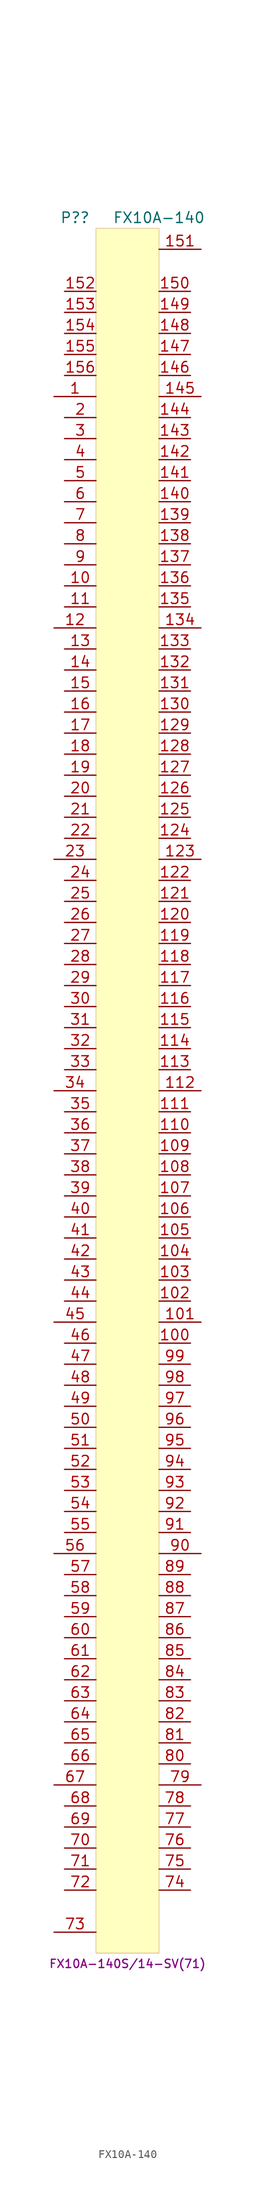
<source format=kicad_sym>
(kicad_symbol_lib
  (version 20231120)
  (generator "kicad_symbol_editor")
  (generator_version "8.0")
  (symbol "FX10A-140"
    (property "Reference" "P?"
      (at -6.35 105.41 0)
      (effects (font (size 1.27 1.27))))
    (property "Value" "FX10A-140"
      (at 3.81 105.41 0)
      (effects (font (size 1.27 1.27))))
    (property "MPN" "FX10A-140S/14-SV(71)"
      (at 0 -105.41 0)
      (effects (font (size 1 1))))
    (symbol "FX10A-140_0_1"
      (rectangle (start -3.81 104.14) (end 3.81 -104.14) (stroke (width 0.001) (type default)) (fill (type background))))
    (symbol "FX10A-140_1_1"
      (pin passive line (at -8.89 83.82 0) (length 5.08) (name "" (effects (font (size 1.27 1.27)))) (number "1" (effects (font (size 1.27 1.27)))))
      (pin passive line (at -7.62 60.96 0) (length 3.81) (name "" (effects (font (size 1.27 1.27)))) (number "10" (effects (font (size 1.27 1.27)))))
      (pin passive line (at 7.62 -30.48 180) (length 3.81) (name "" (effects (font (size 1.27 1.27)))) (number "100" (effects (font (size 1.27 1.27)))))
      (pin passive line (at 8.89 -27.94 180) (length 5.08) (name "" (effects (font (size 1.27 1.27)))) (number "101" (effects (font (size 1.27 1.27)))))
      (pin passive line (at 7.62 -25.4 180) (length 3.81) (name "" (effects (font (size 1.27 1.27)))) (number "102" (effects (font (size 1.27 1.27)))))
      (pin passive line (at 7.62 -22.86 180) (length 3.81) (name "" (effects (font (size 1.27 1.27)))) (number "103" (effects (font (size 1.27 1.27)))))
      (pin passive line (at 7.62 -20.32 180) (length 3.81) (name "" (effects (font (size 1.27 1.27)))) (number "104" (effects (font (size 1.27 1.27)))))
      (pin passive line (at 7.62 -17.78 180) (length 3.81) (name "" (effects (font (size 1.27 1.27)))) (number "105" (effects (font (size 1.27 1.27)))))
      (pin passive line (at 7.62 -15.24 180) (length 3.81) (name "" (effects (font (size 1.27 1.27)))) (number "106" (effects (font (size 1.27 1.27)))))
      (pin passive line (at 7.62 -12.7 180) (length 3.81) (name "" (effects (font (size 1.27 1.27)))) (number "107" (effects (font (size 1.27 1.27)))))
      (pin passive line (at 7.62 -10.16 180) (length 3.81) (name "" (effects (font (size 1.27 1.27)))) (number "108" (effects (font (size 1.27 1.27)))))
      (pin passive line (at 7.62 -7.62 180) (length 3.81) (name "" (effects (font (size 1.27 1.27)))) (number "109" (effects (font (size 1.27 1.27)))))
      (pin passive line (at -7.62 58.42 0) (length 3.81) (name "" (effects (font (size 1.27 1.27)))) (number "11" (effects (font (size 1.27 1.27)))))
      (pin passive line (at 7.62 -5.08 180) (length 3.81) (name "" (effects (font (size 1.27 1.27)))) (number "110" (effects (font (size 1.27 1.27)))))
      (pin passive line (at 7.62 -2.54 180) (length 3.81) (name "" (effects (font (size 1.27 1.27)))) (number "111" (effects (font (size 1.27 1.27)))))
      (pin passive line (at 8.89 0 180) (length 5.08) (name "" (effects (font (size 1.27 1.27)))) (number "112" (effects (font (size 1.27 1.27)))))
      (pin passive line (at 7.62 2.54 180) (length 3.81) (name "" (effects (font (size 1.27 1.27)))) (number "113" (effects (font (size 1.27 1.27)))))
      (pin passive line (at 7.62 5.08 180) (length 3.81) (name "" (effects (font (size 1.27 1.27)))) (number "114" (effects (font (size 1.27 1.27)))))
      (pin passive line (at 7.62 7.62 180) (length 3.81) (name "" (effects (font (size 1.27 1.27)))) (number "115" (effects (font (size 1.27 1.27)))))
      (pin passive line (at 7.62 10.16 180) (length 3.81) (name "" (effects (font (size 1.27 1.27)))) (number "116" (effects (font (size 1.27 1.27)))))
      (pin passive line (at 7.62 12.7 180) (length 3.81) (name "" (effects (font (size 1.27 1.27)))) (number "117" (effects (font (size 1.27 1.27)))))
      (pin passive line (at 7.62 15.24 180) (length 3.81) (name "" (effects (font (size 1.27 1.27)))) (number "118" (effects (font (size 1.27 1.27)))))
      (pin passive line (at 7.62 17.78 180) (length 3.81) (name "" (effects (font (size 1.27 1.27)))) (number "119" (effects (font (size 1.27 1.27)))))
      (pin passive line (at -8.89 55.88 0) (length 5.08) (name "" (effects (font (size 1.27 1.27)))) (number "12" (effects (font (size 1.27 1.27)))))
      (pin passive line (at 7.62 20.32 180) (length 3.81) (name "" (effects (font (size 1.27 1.27)))) (number "120" (effects (font (size 1.27 1.27)))))
      (pin passive line (at 7.62 22.86 180) (length 3.81) (name "" (effects (font (size 1.27 1.27)))) (number "121" (effects (font (size 1.27 1.27)))))
      (pin passive line (at 7.62 25.4 180) (length 3.81) (name "" (effects (font (size 1.27 1.27)))) (number "122" (effects (font (size 1.27 1.27)))))
      (pin passive line (at 8.89 27.94 180) (length 5.08) (name "" (effects (font (size 1.27 1.27)))) (number "123" (effects (font (size 1.27 1.27)))))
      (pin passive line (at 7.62 30.48 180) (length 3.81) (name "" (effects (font (size 1.27 1.27)))) (number "124" (effects (font (size 1.27 1.27)))))
      (pin passive line (at 7.62 33.02 180) (length 3.81) (name "" (effects (font (size 1.27 1.27)))) (number "125" (effects (font (size 1.27 1.27)))))
      (pin passive line (at 7.62 35.56 180) (length 3.81) (name "" (effects (font (size 1.27 1.27)))) (number "126" (effects (font (size 1.27 1.27)))))
      (pin passive line (at 7.62 38.1 180) (length 3.81) (name "" (effects (font (size 1.27 1.27)))) (number "127" (effects (font (size 1.27 1.27)))))
      (pin passive line (at 7.62 40.64 180) (length 3.81) (name "" (effects (font (size 1.27 1.27)))) (number "128" (effects (font (size 1.27 1.27)))))
      (pin passive line (at 7.62 43.18 180) (length 3.81) (name "" (effects (font (size 1.27 1.27)))) (number "129" (effects (font (size 1.27 1.27)))))
      (pin passive line (at -7.62 53.34 0) (length 3.81) (name "" (effects (font (size 1.27 1.27)))) (number "13" (effects (font (size 1.27 1.27)))))
      (pin passive line (at 7.62 45.72 180) (length 3.81) (name "" (effects (font (size 1.27 1.27)))) (number "130" (effects (font (size 1.27 1.27)))))
      (pin passive line (at 7.62 48.26 180) (length 3.81) (name "" (effects (font (size 1.27 1.27)))) (number "131" (effects (font (size 1.27 1.27)))))
      (pin passive line (at 7.62 50.8 180) (length 3.81) (name "" (effects (font (size 1.27 1.27)))) (number "132" (effects (font (size 1.27 1.27)))))
      (pin passive line (at 7.62 53.34 180) (length 3.81) (name "" (effects (font (size 1.27 1.27)))) (number "133" (effects (font (size 1.27 1.27)))))
      (pin passive line (at 8.89 55.88 180) (length 5.08) (name "" (effects (font (size 1.27 1.27)))) (number "134" (effects (font (size 1.27 1.27)))))
      (pin passive line (at 7.62 58.42 180) (length 3.81) (name "" (effects (font (size 1.27 1.27)))) (number "135" (effects (font (size 1.27 1.27)))))
      (pin passive line (at 7.62 60.96 180) (length 3.81) (name "" (effects (font (size 1.27 1.27)))) (number "136" (effects (font (size 1.27 1.27)))))
      (pin passive line (at 7.62 63.5 180) (length 3.81) (name "" (effects (font (size 1.27 1.27)))) (number "137" (effects (font (size 1.27 1.27)))))
      (pin passive line (at 7.62 66.04 180) (length 3.81) (name "" (effects (font (size 1.27 1.27)))) (number "138" (effects (font (size 1.27 1.27)))))
      (pin passive line (at 7.62 68.58 180) (length 3.81) (name "" (effects (font (size 1.27 1.27)))) (number "139" (effects (font (size 1.27 1.27)))))
      (pin passive line (at -7.62 50.8 0) (length 3.81) (name "" (effects (font (size 1.27 1.27)))) (number "14" (effects (font (size 1.27 1.27)))))
      (pin passive line (at 7.62 71.12 180) (length 3.81) (name "" (effects (font (size 1.27 1.27)))) (number "140" (effects (font (size 1.27 1.27)))))
      (pin passive line (at 7.62 73.66 180) (length 3.81) (name "" (effects (font (size 1.27 1.27)))) (number "141" (effects (font (size 1.27 1.27)))))
      (pin passive line (at 7.62 76.2 180) (length 3.81) (name "" (effects (font (size 1.27 1.27)))) (number "142" (effects (font (size 1.27 1.27)))))
      (pin passive line (at 7.62 78.74 180) (length 3.81) (name "" (effects (font (size 1.27 1.27)))) (number "143" (effects (font (size 1.27 1.27)))))
      (pin passive line (at 7.62 81.28 180) (length 3.81) (name "" (effects (font (size 1.27 1.27)))) (number "144" (effects (font (size 1.27 1.27)))))
      (pin passive line (at 8.89 83.82 180) (length 5.08) (name "" (effects (font (size 1.27 1.27)))) (number "145" (effects (font (size 1.27 1.27)))))
      (pin passive line (at 7.62 86.36 180) (length 3.81) (name "" (effects (font (size 1.27 1.27)))) (number "146" (effects (font (size 1.27 1.27)))))
      (pin passive line (at 7.62 88.9 180) (length 3.81) (name "" (effects (font (size 1.27 1.27)))) (number "147" (effects (font (size 1.27 1.27)))))
      (pin passive line (at 7.62 91.44 180) (length 3.81) (name "" (effects (font (size 1.27 1.27)))) (number "148" (effects (font (size 1.27 1.27)))))
      (pin passive line (at 7.62 93.98 180) (length 3.81) (name "" (effects (font (size 1.27 1.27)))) (number "149" (effects (font (size 1.27 1.27)))))
      (pin passive line (at -7.62 48.26 0) (length 3.81) (name "" (effects (font (size 1.27 1.27)))) (number "15" (effects (font (size 1.27 1.27)))))
      (pin passive line (at 7.62 96.52 180) (length 3.81) (name "" (effects (font (size 1.27 1.27)))) (number "150" (effects (font (size 1.27 1.27)))))
      (pin passive line (at 8.89 101.6 180) (length 5.08) (name "" (effects (font (size 1.27 1.27)))) (number "151" (effects (font (size 1.27 1.27)))))
      (pin passive line (at -7.62 96.52 0) (length 3.81) (name "" (effects (font (size 1.27 1.27)))) (number "152" (effects (font (size 1.27 1.27)))))
      (pin passive line (at -7.62 93.98 0) (length 3.81) (name "" (effects (font (size 1.27 1.27)))) (number "153" (effects (font (size 1.27 1.27)))))
      (pin passive line (at -7.62 91.44 0) (length 3.81) (name "" (effects (font (size 1.27 1.27)))) (number "154" (effects (font (size 1.27 1.27)))))
      (pin passive line (at -7.62 88.9 0) (length 3.81) (name "" (effects (font (size 1.27 1.27)))) (number "155" (effects (font (size 1.27 1.27)))))
      (pin passive line (at -7.62 86.36 0) (length 3.81) (name "" (effects (font (size 1.27 1.27)))) (number "156" (effects (font (size 1.27 1.27)))))
      (pin passive line (at -7.62 45.72 0) (length 3.81) (name "" (effects (font (size 1.27 1.27)))) (number "16" (effects (font (size 1.27 1.27)))))
      (pin passive line (at -7.62 43.18 0) (length 3.81) (name "" (effects (font (size 1.27 1.27)))) (number "17" (effects (font (size 1.27 1.27)))))
      (pin passive line (at -7.62 40.64 0) (length 3.81) (name "" (effects (font (size 1.27 1.27)))) (number "18" (effects (font (size 1.27 1.27)))))
      (pin passive line (at -7.62 38.1 0) (length 3.81) (name "" (effects (font (size 1.27 1.27)))) (number "19" (effects (font (size 1.27 1.27)))))
      (pin passive line (at -7.62 81.28 0) (length 3.81) (name "" (effects (font (size 1.27 1.27)))) (number "2" (effects (font (size 1.27 1.27)))))
      (pin passive line (at -7.62 35.56 0) (length 3.81) (name "" (effects (font (size 1.27 1.27)))) (number "20" (effects (font (size 1.27 1.27)))))
      (pin passive line (at -7.62 33.02 0) (length 3.81) (name "" (effects (font (size 1.27 1.27)))) (number "21" (effects (font (size 1.27 1.27)))))
      (pin passive line (at -7.62 30.48 0) (length 3.81) (name "" (effects (font (size 1.27 1.27)))) (number "22" (effects (font (size 1.27 1.27)))))
      (pin passive line (at -8.89 27.94 0) (length 5.08) (name "" (effects (font (size 1.27 1.27)))) (number "23" (effects (font (size 1.27 1.27)))))
      (pin passive line (at -7.62 25.4 0) (length 3.81) (name "" (effects (font (size 1.27 1.27)))) (number "24" (effects (font (size 1.27 1.27)))))
      (pin passive line (at -7.62 22.86 0) (length 3.81) (name "" (effects (font (size 1.27 1.27)))) (number "25" (effects (font (size 1.27 1.27)))))
      (pin passive line (at -7.62 20.32 0) (length 3.81) (name "" (effects (font (size 1.27 1.27)))) (number "26" (effects (font (size 1.27 1.27)))))
      (pin passive line (at -7.62 17.78 0) (length 3.81) (name "" (effects (font (size 1.27 1.27)))) (number "27" (effects (font (size 1.27 1.27)))))
      (pin passive line (at -7.62 15.24 0) (length 3.81) (name "" (effects (font (size 1.27 1.27)))) (number "28" (effects (font (size 1.27 1.27)))))
      (pin passive line (at -7.62 12.7 0) (length 3.81) (name "" (effects (font (size 1.27 1.27)))) (number "29" (effects (font (size 1.27 1.27)))))
      (pin passive line (at -7.62 78.74 0) (length 3.81) (name "" (effects (font (size 1.27 1.27)))) (number "3" (effects (font (size 1.27 1.27)))))
      (pin passive line (at -7.62 10.16 0) (length 3.81) (name "" (effects (font (size 1.27 1.27)))) (number "30" (effects (font (size 1.27 1.27)))))
      (pin passive line (at -7.62 7.62 0) (length 3.81) (name "" (effects (font (size 1.27 1.27)))) (number "31" (effects (font (size 1.27 1.27)))))
      (pin passive line (at -7.62 5.08 0) (length 3.81) (name "" (effects (font (size 1.27 1.27)))) (number "32" (effects (font (size 1.27 1.27)))))
      (pin passive line (at -7.62 2.54 0) (length 3.81) (name "" (effects (font (size 1.27 1.27)))) (number "33" (effects (font (size 1.27 1.27)))))
      (pin passive line (at -8.89 0 0) (length 5.08) (name "" (effects (font (size 1.27 1.27)))) (number "34" (effects (font (size 1.27 1.27)))))
      (pin passive line (at -7.62 -2.54 0) (length 3.81) (name "" (effects (font (size 1.27 1.27)))) (number "35" (effects (font (size 1.27 1.27)))))
      (pin passive line (at -7.62 -5.08 0) (length 3.81) (name "" (effects (font (size 1.27 1.27)))) (number "36" (effects (font (size 1.27 1.27)))))
      (pin passive line (at -7.62 -7.62 0) (length 3.81) (name "" (effects (font (size 1.27 1.27)))) (number "37" (effects (font (size 1.27 1.27)))))
      (pin passive line (at -7.62 -10.16 0) (length 3.81) (name "" (effects (font (size 1.27 1.27)))) (number "38" (effects (font (size 1.27 1.27)))))
      (pin passive line (at -7.62 -12.7 0) (length 3.81) (name "" (effects (font (size 1.27 1.27)))) (number "39" (effects (font (size 1.27 1.27)))))
      (pin passive line (at -7.62 76.2 0) (length 3.81) (name "" (effects (font (size 1.27 1.27)))) (number "4" (effects (font (size 1.27 1.27)))))
      (pin passive line (at -7.62 -15.24 0) (length 3.81) (name "" (effects (font (size 1.27 1.27)))) (number "40" (effects (font (size 1.27 1.27)))))
      (pin passive line (at -7.62 -17.78 0) (length 3.81) (name "" (effects (font (size 1.27 1.27)))) (number "41" (effects (font (size 1.27 1.27)))))
      (pin passive line (at -7.62 -20.32 0) (length 3.81) (name "" (effects (font (size 1.27 1.27)))) (number "42" (effects (font (size 1.27 1.27)))))
      (pin passive line (at -7.62 -22.86 0) (length 3.81) (name "" (effects (font (size 1.27 1.27)))) (number "43" (effects (font (size 1.27 1.27)))))
      (pin passive line (at -7.62 -25.4 0) (length 3.81) (name "" (effects (font (size 1.27 1.27)))) (number "44" (effects (font (size 1.27 1.27)))))
      (pin passive line (at -8.89 -27.94 0) (length 5.08) (name "" (effects (font (size 1.27 1.27)))) (number "45" (effects (font (size 1.27 1.27)))))
      (pin passive line (at -7.62 -30.48 0) (length 3.81) (name "" (effects (font (size 1.27 1.27)))) (number "46" (effects (font (size 1.27 1.27)))))
      (pin passive line (at -7.62 -33.02 0) (length 3.81) (name "" (effects (font (size 1.27 1.27)))) (number "47" (effects (font (size 1.27 1.27)))))
      (pin passive line (at -7.62 -35.56 0) (length 3.81) (name "" (effects (font (size 1.27 1.27)))) (number "48" (effects (font (size 1.27 1.27)))))
      (pin passive line (at -7.62 -38.1 0) (length 3.81) (name "" (effects (font (size 1.27 1.27)))) (number "49" (effects (font (size 1.27 1.27)))))
      (pin passive line (at -7.62 73.66 0) (length 3.81) (name "" (effects (font (size 1.27 1.27)))) (number "5" (effects (font (size 1.27 1.27)))))
      (pin passive line (at -7.62 -40.64 0) (length 3.81) (name "" (effects (font (size 1.27 1.27)))) (number "50" (effects (font (size 1.27 1.27)))))
      (pin passive line (at -7.62 -43.18 0) (length 3.81) (name "" (effects (font (size 1.27 1.27)))) (number "51" (effects (font (size 1.27 1.27)))))
      (pin passive line (at -7.62 -45.72 0) (length 3.81) (name "" (effects (font (size 1.27 1.27)))) (number "52" (effects (font (size 1.27 1.27)))))
      (pin passive line (at -7.62 -48.26 0) (length 3.81) (name "" (effects (font (size 1.27 1.27)))) (number "53" (effects (font (size 1.27 1.27)))))
      (pin passive line (at -7.62 -50.8 0) (length 3.81) (name "" (effects (font (size 1.27 1.27)))) (number "54" (effects (font (size 1.27 1.27)))))
      (pin passive line (at -7.62 -53.34 0) (length 3.81) (name "" (effects (font (size 1.27 1.27)))) (number "55" (effects (font (size 1.27 1.27)))))
      (pin passive line (at -8.89 -55.88 0) (length 5.08) (name "" (effects (font (size 1.27 1.27)))) (number "56" (effects (font (size 1.27 1.27)))))
      (pin passive line (at -7.62 -58.42 0) (length 3.81) (name "" (effects (font (size 1.27 1.27)))) (number "57" (effects (font (size 1.27 1.27)))))
      (pin passive line (at -7.62 -60.96 0) (length 3.81) (name "" (effects (font (size 1.27 1.27)))) (number "58" (effects (font (size 1.27 1.27)))))
      (pin passive line (at -7.62 -63.5 0) (length 3.81) (name "" (effects (font (size 1.27 1.27)))) (number "59" (effects (font (size 1.27 1.27)))))
      (pin passive line (at -7.62 71.12 0) (length 3.81) (name "" (effects (font (size 1.27 1.27)))) (number "6" (effects (font (size 1.27 1.27)))))
      (pin passive line (at -7.62 -66.04 0) (length 3.81) (name "" (effects (font (size 1.27 1.27)))) (number "60" (effects (font (size 1.27 1.27)))))
      (pin passive line (at -7.62 -68.58 0) (length 3.81) (name "" (effects (font (size 1.27 1.27)))) (number "61" (effects (font (size 1.27 1.27)))))
      (pin passive line (at -7.62 -71.12 0) (length 3.81) (name "" (effects (font (size 1.27 1.27)))) (number "62" (effects (font (size 1.27 1.27)))))
      (pin passive line (at -7.62 -73.66 0) (length 3.81) (name "" (effects (font (size 1.27 1.27)))) (number "63" (effects (font (size 1.27 1.27)))))
      (pin passive line (at -7.62 -76.2 0) (length 3.81) (name "" (effects (font (size 1.27 1.27)))) (number "64" (effects (font (size 1.27 1.27)))))
      (pin passive line (at -7.62 -78.74 0) (length 3.81) (name "" (effects (font (size 1.27 1.27)))) (number "65" (effects (font (size 1.27 1.27)))))
      (pin passive line (at -7.62 -81.28 0) (length 3.81) (name "" (effects (font (size 1.27 1.27)))) (number "66" (effects (font (size 1.27 1.27)))))
      (pin passive line (at -8.89 -83.82 0) (length 5.08) (name "" (effects (font (size 1.27 1.27)))) (number "67" (effects (font (size 1.27 1.27)))))
      (pin passive line (at -7.62 -86.36 0) (length 3.81) (name "" (effects (font (size 1.27 1.27)))) (number "68" (effects (font (size 1.27 1.27)))))
      (pin passive line (at -7.62 -88.9 0) (length 3.81) (name "" (effects (font (size 1.27 1.27)))) (number "69" (effects (font (size 1.27 1.27)))))
      (pin passive line (at -7.62 68.58 0) (length 3.81) (name "" (effects (font (size 1.27 1.27)))) (number "7" (effects (font (size 1.27 1.27)))))
      (pin passive line (at -7.62 -91.44 0) (length 3.81) (name "" (effects (font (size 1.27 1.27)))) (number "70" (effects (font (size 1.27 1.27)))))
      (pin passive line (at -7.62 -93.98 0) (length 3.81) (name "" (effects (font (size 1.27 1.27)))) (number "71" (effects (font (size 1.27 1.27)))))
      (pin passive line (at -7.62 -96.52 0) (length 3.81) (name "" (effects (font (size 1.27 1.27)))) (number "72" (effects (font (size 1.27 1.27)))))
      (pin passive line (at -8.89 -101.6 0) (length 5.08) (name "" (effects (font (size 1.27 1.27)))) (number "73" (effects (font (size 1.27 1.27)))))
      (pin passive line (at 7.62 -96.52 180) (length 3.81) (name "" (effects (font (size 1.27 1.27)))) (number "74" (effects (font (size 1.27 1.27)))))
      (pin passive line (at 7.62 -93.98 180) (length 3.81) (name "" (effects (font (size 1.27 1.27)))) (number "75" (effects (font (size 1.27 1.27)))))
      (pin passive line (at 7.62 -91.44 180) (length 3.81) (name "" (effects (font (size 1.27 1.27)))) (number "76" (effects (font (size 1.27 1.27)))))
      (pin passive line (at 7.62 -88.9 180) (length 3.81) (name "" (effects (font (size 1.27 1.27)))) (number "77" (effects (font (size 1.27 1.27)))))
      (pin passive line (at 7.62 -86.36 180) (length 3.81) (name "" (effects (font (size 1.27 1.27)))) (number "78" (effects (font (size 1.27 1.27)))))
      (pin passive line (at 8.89 -83.82 180) (length 5.08) (name "" (effects (font (size 1.27 1.27)))) (number "79" (effects (font (size 1.27 1.27)))))
      (pin passive line (at -7.62 66.04 0) (length 3.81) (name "" (effects (font (size 1.27 1.27)))) (number "8" (effects (font (size 1.27 1.27)))))
      (pin passive line (at 7.62 -81.28 180) (length 3.81) (name "" (effects (font (size 1.27 1.27)))) (number "80" (effects (font (size 1.27 1.27)))))
      (pin passive line (at 7.62 -78.74 180) (length 3.81) (name "" (effects (font (size 1.27 1.27)))) (number "81" (effects (font (size 1.27 1.27)))))
      (pin passive line (at 7.62 -76.2 180) (length 3.81) (name "" (effects (font (size 1.27 1.27)))) (number "82" (effects (font (size 1.27 1.27)))))
      (pin passive line (at 7.62 -73.66 180) (length 3.81) (name "" (effects (font (size 1.27 1.27)))) (number "83" (effects (font (size 1.27 1.27)))))
      (pin passive line (at 7.62 -71.12 180) (length 3.81) (name "" (effects (font (size 1.27 1.27)))) (number "84" (effects (font (size 1.27 1.27)))))
      (pin passive line (at 7.62 -68.58 180) (length 3.81) (name "" (effects (font (size 1.27 1.27)))) (number "85" (effects (font (size 1.27 1.27)))))
      (pin passive line (at 7.62 -66.04 180) (length 3.81) (name "" (effects (font (size 1.27 1.27)))) (number "86" (effects (font (size 1.27 1.27)))))
      (pin passive line (at 7.62 -63.5 180) (length 3.81) (name "" (effects (font (size 1.27 1.27)))) (number "87" (effects (font (size 1.27 1.27)))))
      (pin passive line (at 7.62 -60.96 180) (length 3.81) (name "" (effects (font (size 1.27 1.27)))) (number "88" (effects (font (size 1.27 1.27)))))
      (pin passive line (at 7.62 -58.42 180) (length 3.81) (name "" (effects (font (size 1.27 1.27)))) (number "89" (effects (font (size 1.27 1.27)))))
      (pin passive line (at -7.62 63.5 0) (length 3.81) (name "" (effects (font (size 1.27 1.27)))) (number "9" (effects (font (size 1.27 1.27)))))
      (pin passive line (at 8.89 -55.88 180) (length 5.08) (name "" (effects (font (size 1.27 1.27)))) (number "90" (effects (font (size 1.27 1.27)))))
      (pin passive line (at 7.62 -53.34 180) (length 3.81) (name "" (effects (font (size 1.27 1.27)))) (number "91" (effects (font (size 1.27 1.27)))))
      (pin passive line (at 7.62 -50.8 180) (length 3.81) (name "" (effects (font (size 1.27 1.27)))) (number "92" (effects (font (size 1.27 1.27)))))
      (pin passive line (at 7.62 -48.26 180) (length 3.81) (name "" (effects (font (size 1.27 1.27)))) (number "93" (effects (font (size 1.27 1.27)))))
      (pin passive line (at 7.62 -45.72 180) (length 3.81) (name "" (effects (font (size 1.27 1.27)))) (number "94" (effects (font (size 1.27 1.27)))))
      (pin passive line (at 7.62 -43.18 180) (length 3.81) (name "" (effects (font (size 1.27 1.27)))) (number "95" (effects (font (size 1.27 1.27)))))
      (pin passive line (at 7.62 -40.64 180) (length 3.81) (name "" (effects (font (size 1.27 1.27)))) (number "96" (effects (font (size 1.27 1.27)))))
      (pin passive line (at 7.62 -38.1 180) (length 3.81) (name "" (effects (font (size 1.27 1.27)))) (number "97" (effects (font (size 1.27 1.27)))))
      (pin passive line (at 7.62 -35.56 180) (length 3.81) (name "" (effects (font (size 1.27 1.27)))) (number "98" (effects (font (size 1.27 1.27)))))
      (pin passive line (at 7.62 -33.02 180) (length 3.81) (name "" (effects (font (size 1.27 1.27)))) (number "99" (effects (font (size 1.27 1.27))))))))
</source>
